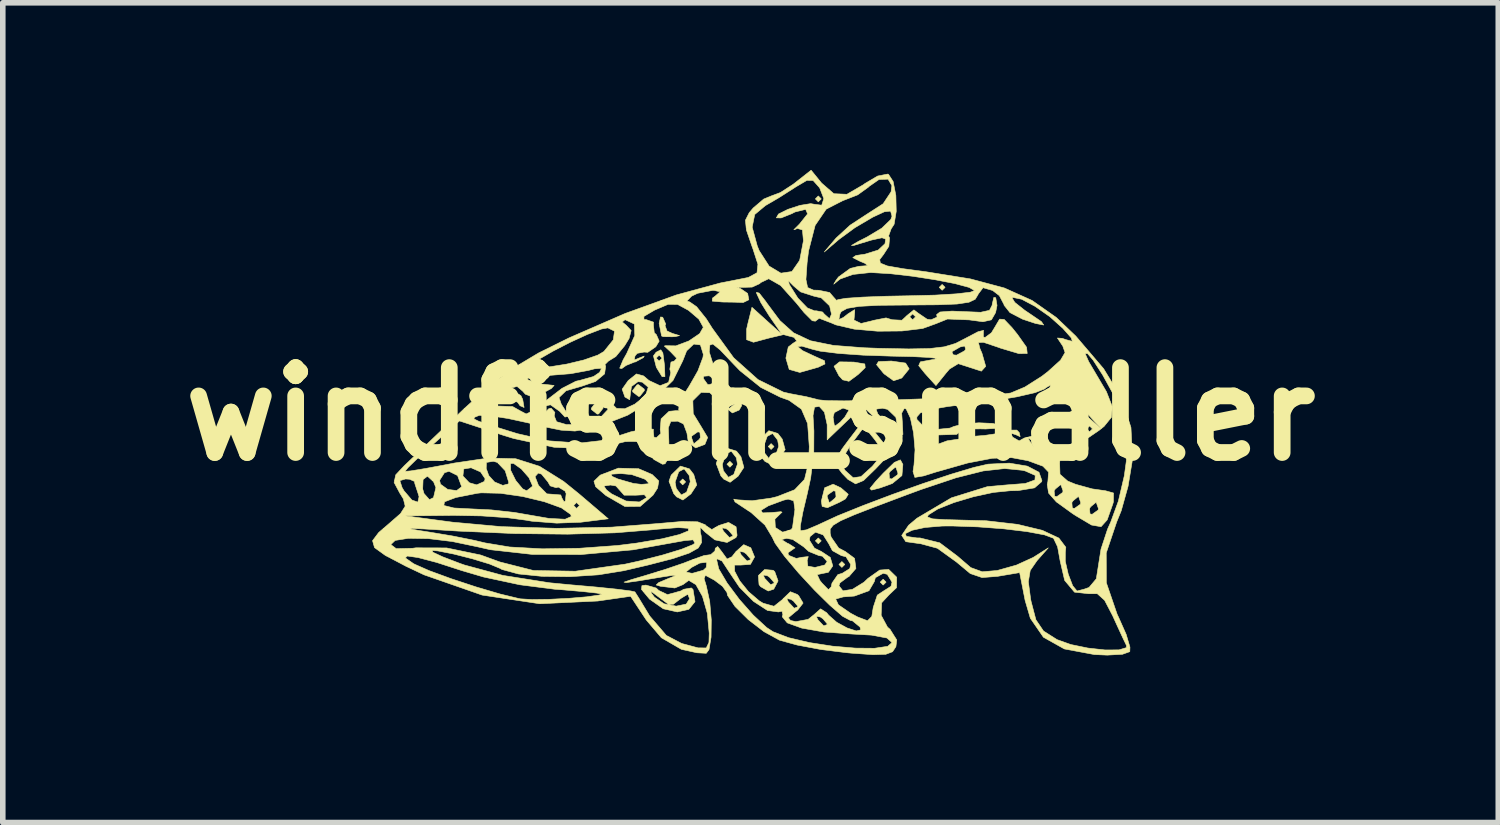
<source format=kicad_pcb>
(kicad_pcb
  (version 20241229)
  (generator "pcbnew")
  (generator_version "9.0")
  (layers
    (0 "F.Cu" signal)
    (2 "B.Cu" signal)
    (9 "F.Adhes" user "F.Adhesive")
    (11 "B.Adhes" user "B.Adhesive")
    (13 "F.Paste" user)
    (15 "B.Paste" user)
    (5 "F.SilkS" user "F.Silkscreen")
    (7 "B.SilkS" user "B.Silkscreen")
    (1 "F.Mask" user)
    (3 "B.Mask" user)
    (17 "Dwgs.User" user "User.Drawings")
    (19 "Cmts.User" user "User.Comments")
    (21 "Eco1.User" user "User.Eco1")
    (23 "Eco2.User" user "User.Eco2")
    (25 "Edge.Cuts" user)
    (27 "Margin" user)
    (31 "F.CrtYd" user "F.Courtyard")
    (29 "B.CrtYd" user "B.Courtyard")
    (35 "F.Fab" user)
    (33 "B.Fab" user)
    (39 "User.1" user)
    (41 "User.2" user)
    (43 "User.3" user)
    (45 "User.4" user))
  (footprint "windfisch_smaller"
    (layer "F.Cu")
    (at 10.421 4.383)
    (property "Reference" "windfisch_smaller" (at 0 0 0) (layer "F.SilkS") (effects (font (size 1.524 1.524) (thickness 0.3))))
    (attr through_hole)
    (fp_poly (pts (xy -1.164 1.217) (xy -1.217 1.27) (xy -1.27 1.217) (xy -1.217 1.164) (xy -1.164 1.217)) (stroke (width 0.01) (type solid)) (fill yes) (layer "F.SilkS"))
    (fp_poly (pts (xy -0.318 0.9) (xy -0.37 0.953) (xy -0.423 0.9) (xy -0.37 0.847) (xy -0.318 0.9)) (stroke (width 0.01) (type solid)) (fill yes) (layer "F.SilkS"))
    (fp_poly (pts (xy 0.423 0.582) (xy 0.37 0.635) (xy 0.318 0.582) (xy 0.37 0.529) (xy 0.423 0.582)) (stroke (width 0.01) (type solid)) (fill yes) (layer "F.SilkS"))
    (fp_poly (pts (xy 1.27 -3.863) (xy 1.217 -3.81) (xy 1.164 -3.863) (xy 1.217 -3.916) (xy 1.27 -3.863)) (stroke (width 0.01) (type solid)) (fill yes) (layer "F.SilkS"))
    (fp_poly (pts (xy 1.27 2.275) (xy 1.217 2.328) (xy 1.164 2.275) (xy 1.217 2.223) (xy 1.27 2.275)) (stroke (width 0.01) (type solid)) (fill yes) (layer "F.SilkS"))
    (fp_poly (pts (xy 1.693 2.699) (xy 1.64 2.752) (xy 1.587 2.699) (xy 1.64 2.646) (xy 1.693 2.699)) (stroke (width 0.01) (type solid)) (fill yes) (layer "F.SilkS"))
    (fp_poly (pts (xy 2.434 3.016) (xy 2.381 3.069) (xy 2.328 3.016) (xy 2.381 2.963) (xy 2.434 3.016)) (stroke (width 0.01) (type solid)) (fill yes) (layer "F.SilkS"))
    (fp_poly (pts (xy 3.281 0.476) (xy 3.228 0.529) (xy 3.175 0.476) (xy 3.228 0.423) (xy 3.281 0.476)) (stroke (width 0.01) (type solid)) (fill yes) (layer "F.SilkS"))
    (fp_poly (pts (xy 3.493 -2.275) (xy 3.44 -2.223) (xy 3.387 -2.275) (xy 3.44 -2.328) (xy 3.493 -2.275)) (stroke (width 0.01) (type solid)) (fill yes) (layer "F.SilkS"))
    (fp_poly (pts (xy -2.649 -0.131) (xy -2.646 -0.106) (xy -2.726 -0.003) (xy -2.752 0) (xy -2.854 -0.081) (xy -2.857 -0.106) (xy -2.777 -0.209) (xy -2.752 -0.212) (xy -2.649 -0.131)) (stroke (width 0.01) (type solid)) (fill yes) (layer "F.SilkS"))
    (fp_poly (pts (xy -1.908 -0.449) (xy -1.905 -0.423) (xy -1.986 -0.321) (xy -2.011 -0.318) (xy -2.114 -0.398) (xy -2.117 -0.423) (xy -2.036 -0.526) (xy -2.011 -0.529) (xy -1.908 -0.449)) (stroke (width 0.01) (type solid)) (fill yes) (layer "F.SilkS"))
    (fp_poly (pts (xy 1.855 -0.934) (xy 2.052 -0.9) (xy 2.059 -0.834) (xy 1.933 -0.712) (xy 1.767 -0.589) (xy 1.655 -0.615) (xy 1.588 -0.688) (xy 1.499 -0.859) (xy 1.598 -0.938) (xy 1.855 -0.934)) (stroke (width 0.01) (type solid)) (fill yes) (layer "F.SilkS"))
    (fp_poly (pts (xy -4.121 -0.331) (xy -4.089 -0.265) (xy -4.064 -0.119) (xy -4.136 -0.15) (xy -4.181 -0.213) (xy -4.314 -0.269) (xy -4.363 -0.25) (xy -4.427 -0.245) (xy -4.402 -0.301) (xy -4.256 -0.417) (xy -4.121 -0.331)) (stroke (width 0.01) (type solid)) (fill yes) (layer "F.SilkS"))
    (fp_poly (pts (xy 2.784 -0.916) (xy 2.848 -0.812) (xy 2.715 -0.648) (xy 2.569 -0.599) (xy 2.4 -0.721) (xy 2.381 -0.741) (xy 2.262 -0.887) (xy 2.297 -0.943) (xy 2.514 -0.952) (xy 2.524 -0.953) (xy 2.784 -0.916)) (stroke (width 0.01) (type solid)) (fill yes) (layer "F.SilkS"))
    (fp_poly (pts (xy -1.576 -1.739) (xy -1.522 -1.617) (xy -1.534 -1.588) (xy -1.498 -1.492) (xy -1.404 -1.449) (xy -1.273 -1.409) (xy -1.348 -1.392) (xy -1.402 -1.388) (xy -1.564 -1.39) (xy -1.596 -1.402) (xy -1.64 -1.629) (xy -1.615 -1.744) (xy -1.576 -1.739)) (stroke (width 0.01) (type solid)) (fill yes) (layer "F.SilkS"))
    (fp_poly (pts (xy -1.573 -1.099) (xy -1.546 -0.894) (xy -1.543 -0.873) (xy -1.536 -0.672) (xy -1.587 -0.672) (xy -1.69 -0.84) (xy -1.732 -1.005) (xy -1.693 -1.005) (xy -1.64 -0.953) (xy -1.587 -1.005) (xy -1.64 -1.058) (xy -1.693 -1.005) (xy -1.732 -1.005) (xy -1.742 -1.046) (xy -1.694 -1.111) (xy -1.61 -1.154) (xy -1.573 -1.099)) (stroke (width 0.01) (type solid)) (fill yes) (layer "F.SilkS"))
    (fp_poly (pts (xy 0.406 2.803) (xy 0.435 2.827) (xy 0.495 2.994) (xy 0.417 3.142) (xy 0.318 3.175) (xy 0.182 3.098) (xy 0.153 3.06) (xy 0.141 2.899) (xy 0.152 2.888) (xy 0.229 2.888) (xy 0.254 2.947) (xy 0.361 3.061) (xy 0.422 3.037) (xy 0.423 3.022) (xy 0.348 2.933) (xy 0.301 2.9) (xy 0.229 2.888) (xy 0.152 2.888) (xy 0.253 2.79) (xy 0.406 2.803)) (stroke (width 0.01) (type solid)) (fill yes) (layer "F.SilkS"))
    (fp_poly (pts (xy 5.699 -0.258) (xy 5.874 -0.106) (xy 6.294 0.262) (xy 6.255 0.293) (xy 6.054 0.43) (xy 5.976 0.438) (xy 5.977 0.34) (xy 5.959 0.265) (xy 6.032 0.265) (xy 6.085 0.318) (xy 6.138 0.265) (xy 6.085 0.212) (xy 6.032 0.265) (xy 5.959 0.265) (xy 5.931 0.149) (xy 5.779 -0.098) (xy 5.729 -0.159) (xy 5.588 -0.323) (xy 5.575 -0.358) (xy 5.699 -0.258)) (stroke (width 0.01) (type solid)) (fill yes) (layer "F.SilkS"))
    (fp_poly (pts (xy 1.623 1.324) (xy 1.755 1.439) (xy 1.706 1.521) (xy 1.603 1.579) (xy 1.381 1.68) (xy 1.286 1.657) (xy 1.272 1.561) (xy 1.291 1.482) (xy 1.376 1.482) (xy 1.412 1.585) (xy 1.423 1.587) (xy 1.513 1.513) (xy 1.535 1.482) (xy 1.526 1.384) (xy 1.488 1.376) (xy 1.38 1.453) (xy 1.376 1.482) (xy 1.291 1.482) (xy 1.331 1.322) (xy 1.483 1.258) (xy 1.623 1.324)) (stroke (width 0.01) (type solid)) (fill yes) (layer "F.SilkS"))
    (fp_poly (pts (xy -1.097 0.982) (xy -1.019 1.083) (xy -0.965 1.273) (xy -1.069 1.432) (xy -1.213 1.542) (xy -1.327 1.485) (xy -1.379 1.425) (xy -1.457 1.22) (xy -1.353 1.22) (xy -1.333 1.333) (xy -1.243 1.451) (xy -1.147 1.401) (xy -1.081 1.214) (xy -1.101 1.101) (xy -1.191 0.983) (xy -1.288 1.034) (xy -1.353 1.22) (xy -1.457 1.22) (xy -1.463 1.205) (xy -1.423 1.094) (xy -1.258 0.933) (xy -1.097 0.982)) (stroke (width 0.01) (type solid)) (fill yes) (layer "F.SilkS"))
    (fp_poly (pts (xy -0.251 0.665) (xy -0.172 0.765) (xy -0.119 0.956) (xy -0.223 1.115) (xy -0.366 1.224) (xy -0.48 1.167) (xy -0.532 1.108) (xy -0.61 0.902) (xy -0.506 0.902) (xy -0.487 1.016) (xy -0.396 1.134) (xy -0.3 1.083) (xy -0.234 0.897) (xy -0.254 0.783) (xy -0.345 0.665) (xy -0.441 0.716) (xy -0.506 0.902) (xy -0.61 0.902) (xy -0.616 0.888) (xy -0.576 0.777) (xy -0.411 0.615) (xy -0.251 0.665)) (stroke (width 0.01) (type solid)) (fill yes) (layer "F.SilkS"))
    (fp_poly (pts (xy 0.49 0.347) (xy 0.569 0.448) (xy 0.622 0.638) (xy 0.518 0.797) (xy 0.375 0.907) (xy 0.261 0.85) (xy 0.209 0.79) (xy 0.13 0.585) (xy 0.234 0.585) (xy 0.254 0.699) (xy 0.345 0.816) (xy 0.441 0.766) (xy 0.506 0.579) (xy 0.487 0.466) (xy 0.396 0.348) (xy 0.3 0.399) (xy 0.234 0.585) (xy 0.13 0.585) (xy 0.125 0.57) (xy 0.165 0.459) (xy 0.329 0.298) (xy 0.49 0.347)) (stroke (width 0.01) (type solid)) (fill yes) (layer "F.SilkS"))
    (fp_poly (pts (xy 2.735 0.903) (xy 2.718 1.103) (xy 2.546 1.245) (xy 2.328 1.324) (xy 2.172 1.364) (xy 2.143 1.335) (xy 2.249 1.205) (xy 2.381 1.063) (xy 2.386 1.058) (xy 2.487 1.058) (xy 2.495 1.156) (xy 2.534 1.164) (xy 2.642 1.087) (xy 2.646 1.058) (xy 2.61 0.955) (xy 2.599 0.953) (xy 2.509 1.027) (xy 2.487 1.058) (xy 2.386 1.058) (xy 2.583 0.866) (xy 2.69 0.821) (xy 2.735 0.903)) (stroke (width 0.01) (type solid)) (fill yes) (layer "F.SilkS"))
    (fp_poly (pts (xy 2.285 0.391) (xy 2.524 0.688) (xy 2.248 0.979) (xy 2.03 1.191) (xy 1.886 1.252) (xy 1.749 1.172) (xy 1.646 1.065) (xy 1.548 0.936) (xy 1.651 0.936) (xy 1.699 1.012) (xy 1.843 1.142) (xy 1.983 1.122) (xy 2.181 0.942) (xy 2.196 0.926) (xy 2.342 0.748) (xy 2.346 0.62) (xy 2.229 0.457) (xy 2.041 0.225) (xy 1.806 0.542) (xy 1.66 0.779) (xy 1.651 0.936) (xy 1.548 0.936) (xy 1.541 0.928) (xy 1.536 0.803) (xy 1.645 0.622) (xy 1.753 0.476) (xy 2.046 0.093) (xy 2.285 0.391)) (stroke (width 0.01) (type solid)) (fill yes) (layer "F.SilkS"))
    (fp_poly (pts (xy -1.692 3.122) (xy -1.646 3.166) (xy -1.49 3.24) (xy -1.25 3.174) (xy -1.198 3.144) (xy -1.062 3.12) (xy -1.032 3.147) (xy -0.996 3.366) (xy -1.107 3.504) (xy -1.314 3.551) (xy -1.566 3.494) (xy -1.809 3.323) (xy -1.815 3.317) (xy -1.93 3.179) (xy -1.787 3.179) (xy -1.779 3.214) (xy -1.724 3.286) (xy -1.553 3.404) (xy -1.335 3.447) (xy -1.154 3.41) (xy -1.094 3.314) (xy -1.125 3.232) (xy -1.251 3.309) (xy -1.384 3.413) (xy -1.476 3.412) (xy -1.63 3.297) (xy -1.651 3.281) (xy -1.787 3.179) (xy -1.93 3.179) (xy -1.957 3.147) (xy -1.949 3.078) (xy -1.877 3.069) (xy -1.692 3.122)) (stroke (width 0.01) (type solid)) (fill yes) (layer "F.SilkS"))
    (fp_poly (pts (xy -2.009 0.98) (xy -1.764 1.085) (xy -1.646 1.2) (xy -1.668 1.328) (xy -1.75 1.455) (xy -1.979 1.656) (xy -2.254 1.659) (xy -2.591 1.464) (xy -2.592 1.464) (xy -2.778 1.304) (xy -2.783 1.29) (xy -2.632 1.29) (xy -2.584 1.361) (xy -2.493 1.432) (xy -2.235 1.56) (xy -1.994 1.577) (xy -1.862 1.497) (xy -1.905 1.447) (xy -2.067 1.456) (xy -2.268 1.455) (xy -2.328 1.388) (xy -2.415 1.29) (xy -2.514 1.273) (xy -2.632 1.29) (xy -2.783 1.29) (xy -2.81 1.205) (xy -2.705 1.103) (xy -2.692 1.093) (xy -2.655 1.079) (xy -2.505 1.079) (xy -2.483 1.118) (xy -2.381 1.164) (xy -2.103 1.244) (xy -1.958 1.261) (xy -1.819 1.249) (xy -1.876 1.183) (xy -1.905 1.164) (xy -2.133 1.085) (xy -2.328 1.067) (xy -2.505 1.079) (xy -2.655 1.079) (xy -2.372 0.97) (xy -2.009 0.98)) (stroke (width 0.01) (type solid)) (fill yes) (layer "F.SilkS"))
    (fp_poly (pts (xy 0.156 -2.172) (xy 0.275 -2.02) (xy 0.294 -1.992) (xy 0.528 -1.678) (xy 0.773 -1.459) (xy 1.076 -1.317) (xy 1.482 -1.234) (xy 2.036 -1.191) (xy 2.301 -1.181) (xy 2.839 -1.17) (xy 3.215 -1.177) (xy 3.479 -1.208) (xy 3.681 -1.269) (xy 3.87 -1.366) (xy 3.871 -1.367) (xy 4.085 -1.479) (xy 4.184 -1.503) (xy 4.181 -1.482) (xy 4.179 -1.384) (xy 4.211 -1.376) (xy 4.325 -1.46) (xy 4.402 -1.588) (xy 4.471 -1.705) (xy 4.554 -1.699) (xy 4.695 -1.551) (xy 4.793 -1.429) (xy 4.955 -1.2) (xy 4.967 -1.088) (xy 4.817 -1.086) (xy 4.492 -1.183) (xy 4.428 -1.206) (xy 4.181 -1.289) (xy 4.091 -1.284) (xy 4.119 -1.174) (xy 4.154 -1.095) (xy 4.222 -0.857) (xy 4.144 -0.771) (xy 3.925 -0.842) (xy 3.92 -0.844) (xy 3.729 -0.905) (xy 3.573 -0.81) (xy 3.512 -0.739) (xy 3.329 -0.512) (xy 3.136 -0.725) (xy 3.019 -0.87) (xy 3.049 -0.938) (xy 3.256 -0.976) (xy 3.298 -0.981) (xy 3.345 -1) (xy 3.207 -1.017) (xy 2.912 -1.032) (xy 2.52 -1.041) (xy 2.023 -1.058) (xy 1.58 -1.089) (xy 1.339 -1.119) (xy 3.614 -1.119) (xy 3.639 -1.064) (xy 3.698 -1.058) (xy 3.841 -1.135) (xy 3.862 -1.163) (xy 3.845 -1.223) (xy 3.763 -1.205) (xy 3.614 -1.119) (xy 1.339 -1.119) (xy 1.25 -1.13) (xy 1.118 -1.162) (xy 0.922 -1.22) (xy 0.847 -1.212) (xy 0.933 -1.14) (xy 1.138 -1.044) (xy 1.329 -0.958) (xy 1.337 -0.9) (xy 1.217 -0.842) (xy 0.885 -0.748) (xy 0.695 -0.802) (xy 0.635 -1.005) (xy 0.678 -1.204) (xy 0.762 -1.27) (xy 0.83 -1.313) (xy 0.782 -1.377) (xy 0.591 -1.427) (xy 0.332 -1.365) (xy 0.053 -1.29) (xy -0.07 -1.336) (xy -0.07 -1.525) (xy -0.045 -1.634) (xy 0.026 -1.917) (xy 0.296 -1.673) (xy 0.567 -1.429) (xy 0.336 -1.763) (xy 0.187 -2) (xy 0.11 -2.166) (xy 0.107 -2.186) (xy 0.156 -2.172)) (stroke (width 0.01) (type solid)) (fill yes) (layer "F.SilkS"))
    (fp_poly (pts (xy 1.276 -4.147) (xy 1.496 -3.956) (xy 1.731 -3.946) (xy 2.027 -4.118) (xy 2.053 -4.138) (xy 2.283 -4.274) (xy 2.465 -4.309) (xy 2.476 -4.305) (xy 2.56 -4.176) (xy 2.609 -3.925) (xy 2.616 -3.64) (xy 2.578 -3.408) (xy 2.524 -3.324) (xy 2.479 -3.199) (xy 2.496 -3.161) (xy 2.483 -3.012) (xy 2.388 -2.865) (xy 2.319 -2.774) (xy 2.331 -2.71) (xy 2.455 -2.66) (xy 2.725 -2.612) (xy 3.172 -2.552) (xy 3.176 -2.551) (xy 3.947 -2.427) (xy 4.556 -2.264) (xy 5.054 -2.04) (xy 5.488 -1.735) (xy 5.839 -1.4) (xy 6.338 -0.815) (xy 6.663 -0.281) (xy 6.829 0.241) (xy 6.856 0.787) (xy 6.85 0.854) (xy 6.777 1.296) (xy 6.654 1.735) (xy 6.572 1.937) (xy 6.385 2.492) (xy 6.387 3.027) (xy 6.581 3.593) (xy 6.609 3.652) (xy 6.743 3.954) (xy 6.811 4.183) (xy 6.808 4.264) (xy 6.676 4.311) (xy 6.404 4.326) (xy 6.173 4.316) (xy 5.633 4.215) (xy 5.258 4.005) (xy 5.023 3.664) (xy 4.929 3.344) (xy 4.831 2.845) (xy 4.434 2.912) (xy 4.156 2.934) (xy 3.945 2.862) (xy 3.702 2.659) (xy 3.696 2.654) (xy 3.355 2.408) (xy 3.06 2.328) (xy 2.788 2.29) (xy 2.714 2.177) (xy 2.736 2.145) (xy 2.779 2.145) (xy 2.797 2.195) (xy 2.985 2.222) (xy 3.044 2.223) (xy 3.396 2.31) (xy 3.714 2.549) (xy 3.954 2.755) (xy 4.16 2.83) (xy 4.427 2.807) (xy 4.432 2.806) (xy 4.773 2.71) (xy 5.071 2.574) (xy 5.08 2.569) (xy 5.345 2.401) (xy 5.142 2.631) (xy 5.021 2.806) (xy 4.987 3.008) (xy 5.028 3.32) (xy 5.036 3.361) (xy 5.123 3.692) (xy 5.259 3.893) (xy 5.498 4.045) (xy 5.503 4.048) (xy 5.75 4.136) (xy 6.056 4.199) (xy 6.363 4.233) (xy 6.613 4.232) (xy 6.746 4.192) (xy 6.749 4.154) (xy 6.683 4.017) (xy 6.565 3.761) (xy 6.502 3.622) (xy 6.356 3.342) (xy 6.225 3.224) (xy 6.071 3.224) (xy 5.816 3.196) (xy 5.639 2.985) (xy 5.559 2.641) (xy 5.512 2.382) (xy 5.439 2.228) (xy 5.279 2.168) (xy 4.962 2.109) (xy 4.544 2.059) (xy 4.08 2.024) (xy 3.626 2.008) (xy 3.44 2.009) (xy 3.131 2.035) (xy 2.901 2.085) (xy 2.779 2.145) (xy 2.736 2.145) (xy 2.838 1.995) (xy 2.988 1.869) (xy 3.606 1.503) (xy 4.251 1.302) (xy 4.61 1.27) (xy 4.932 1.245) (xy 5.105 1.182) (xy 5.111 1.1) (xy 4.93 1.02) (xy 4.878 1.008) (xy 4.562 0.977) (xy 4.178 1.02) (xy 3.689 1.143) (xy 3.06 1.354) (xy 2.805 1.448) (xy 2.25 1.657) (xy 1.864 1.807) (xy 1.618 1.914) (xy 1.483 1.995) (xy 1.43 2.064) (xy 1.43 2.139) (xy 1.447 2.207) (xy 1.583 2.404) (xy 1.703 2.467) (xy 1.868 2.589) (xy 1.892 2.771) (xy 1.766 2.917) (xy 1.746 2.925) (xy 1.606 3.029) (xy 1.587 3.08) (xy 1.659 3.172) (xy 1.83 3.145) (xy 2.037 3.017) (xy 2.107 2.95) (xy 2.32 2.799) (xy 2.481 2.788) (xy 2.624 2.928) (xy 2.621 3.116) (xy 2.487 3.243) (xy 2.354 3.387) (xy 2.345 3.611) (xy 2.459 3.823) (xy 2.504 3.862) (xy 2.625 4.054) (xy 2.61 4.174) (xy 2.55 4.265) (xy 2.429 4.311) (xy 2.2 4.318) (xy 1.815 4.291) (xy 1.72 4.282) (xy 1.263 4.225) (xy 0.837 4.145) (xy 0.528 4.06) (xy 0.514 4.054) (xy 0.242 3.905) (xy -0.041 3.687) (xy -0.278 3.452) (xy -0.412 3.254) (xy -0.423 3.201) (xy -0.503 3.09) (xy -0.65 2.979) (xy -0.81 2.893) (xy -0.833 2.954) (xy -0.793 3.085) (xy -0.732 3.365) (xy -0.704 3.694) (xy -0.708 4.005) (xy -0.745 4.227) (xy -0.794 4.293) (xy -0.961 4.284) (xy -1.223 4.226) (xy -1.244 4.22) (xy -1.6 4.014) (xy -1.87 3.696) (xy -2.152 3.27) (xy -2.743 3.355) (xy -3.784 3.404) (xy -4.818 3.248) (xy -5.859 2.885) (xy -6.184 2.731) (xy -6.469 2.581) (xy -6.196 2.581) (xy -6.052 2.682) (xy -6.03 2.694) (xy -5.767 2.81) (xy -5.374 2.954) (xy -4.925 3.102) (xy -4.495 3.229) (xy -4.159 3.31) (xy -4.128 3.316) (xy -3.921 3.328) (xy -3.606 3.324) (xy -3.254 3.306) (xy -2.935 3.279) (xy -2.719 3.248) (xy -2.67 3.231) (xy -2.754 3.213) (xy -3.002 3.186) (xy -3.368 3.154) (xy -3.517 3.143) (xy -4.142 3.063) (xy -4.794 2.923) (xy -5.178 2.81) (xy -5.632 2.663) (xy -5.966 2.575) (xy -6.16 2.547) (xy -6.196 2.581) (xy -6.469 2.581) (xy -6.554 2.537) (xy -6.749 2.396) (xy -6.764 2.342) (xy -6.456 2.342) (xy -6.359 2.415) (xy -6.066 2.408) (xy -6.006 2.4) (xy -5.455 2.402) (xy -4.843 2.529) (xy -4.498 2.654) (xy -3.896 2.807) (xy -3.144 2.82) (xy -2.25 2.693) (xy -1.998 2.637) (xy -1.577 2.529) (xy -1.239 2.426) (xy -1.034 2.343) (xy -0.997 2.315) (xy -1.031 2.257) (xy -1.182 2.27) (xy -2.108 2.436) (xy -3.037 2.52) (xy -3.91 2.519) (xy -4.669 2.434) (xy -4.904 2.381) (xy -5.353 2.287) (xy -5.78 2.235) (xy -6.137 2.229) (xy -6.378 2.267) (xy -6.456 2.342) (xy -6.764 2.342) (xy -6.784 2.272) (xy -6.675 2.127) (xy -6.599 2.061) (xy -6.103 2.061) (xy -5.944 2.09) (xy -5.768 2.117) (xy -5.35 2.187) (xy -4.956 2.266) (xy -4.763 2.312) (xy -4.323 2.385) (xy -3.738 2.418) (xy -3.071 2.408) (xy -2.385 2.358) (xy -2.042 2.315) (xy -1.588 2.238) (xy -1.274 2.161) (xy -1.113 2.095) (xy -1.116 2.05) (xy -1.296 2.037) (xy -1.667 2.066) (xy -1.746 2.075) (xy -2.435 2.131) (xy -3.281 2.155) (xy -4.233 2.144) (xy -5.239 2.1) (xy -5.45 2.087) (xy -5.866 2.061) (xy -6.08 2.052) (xy -6.103 2.061) (xy -6.599 2.061) (xy -6.508 1.983) (xy -6.282 1.786) (xy -6.198 1.653) (xy -6.201 1.64) (xy -5.505 1.64) (xy -5.323 1.685) (xy -5.08 1.698) (xy -4.654 1.719) (xy -4.236 1.765) (xy -4.075 1.793) (xy -3.618 1.872) (xy -3.327 1.887) (xy -3.217 1.838) (xy -3.227 1.801) (xy -3.392 1.684) (xy -3.512 1.64) (xy -3.175 1.64) (xy -3.122 1.693) (xy -3.069 1.64) (xy -3.122 1.587) (xy -3.175 1.64) (xy -3.512 1.64) (xy -3.702 1.572) (xy -4.089 1.479) (xy -4.489 1.421) (xy -4.832 1.413) (xy -4.905 1.421) (xy -5.289 1.497) (xy -5.492 1.574) (xy -5.505 1.64) (xy -6.201 1.64) (xy -6.231 1.521) (xy -6.296 1.416) (xy -6.397 1.227) (xy -6.39 1.194) (xy -6.294 1.194) (xy -6.254 1.318) (xy -6.22 1.376) (xy -6.078 1.542) (xy -5.971 1.58) (xy -5.949 1.482) (xy -5.968 1.42) (xy -5.993 1.344) (xy -5.884 1.344) (xy -5.86 1.426) (xy -5.763 1.535) (xy -5.69 1.499) (xy -5.647 1.319) (xy -5.689 1.214) (xy -5.716 1.189) (xy -5.581 1.189) (xy -5.564 1.258) (xy -5.434 1.352) (xy -5.274 1.372) (xy -5.188 1.307) (xy -5.187 1.296) (xy -5.255 1.111) (xy -5.162 1.111) (xy -5.047 1.232) (xy -4.915 1.27) (xy -4.778 1.209) (xy -4.763 1.161) (xy -4.845 1.038) (xy -4.988 0.975) (xy -4.744 0.975) (xy -4.698 1.103) (xy -4.594 1.218) (xy -4.446 1.279) (xy -4.346 1.253) (xy -4.339 1.226) (xy -4.403 1.016) (xy -4.527 0.885) (xy -4.307 0.885) (xy -4.305 1.008) (xy -4.214 1.191) (xy -4.09 1.341) (xy -4.018 1.376) (xy -3.918 1.299) (xy -3.916 1.278) (xy -3.977 1.14) (xy -3.993 1.122) (xy -3.867 1.122) (xy -3.806 1.278) (xy -3.656 1.431) (xy -3.537 1.44) (xy -3.406 1.451) (xy -3.387 1.503) (xy -3.347 1.574) (xy -3.323 1.559) (xy -3.309 1.426) (xy -3.33 1.381) (xy -3.45 1.309) (xy -3.489 1.321) (xy -3.595 1.288) (xy -3.637 1.216) (xy -3.751 1.077) (xy -3.81 1.058) (xy -3.867 1.122) (xy -3.993 1.122) (xy -4.113 0.985) (xy -4.251 0.886) (xy -4.307 0.885) (xy -4.527 0.885) (xy -4.545 0.867) (xy -4.615 0.847) (xy -4.74 0.867) (xy -4.744 0.975) (xy -4.988 0.975) (xy -5.015 0.963) (xy -5.148 0.985) (xy -5.162 1.111) (xy -5.255 1.111) (xy -5.258 1.103) (xy -5.411 1.027) (xy -5.493 1.052) (xy -5.581 1.189) (xy -5.716 1.189) (xy -5.798 1.114) (xy -5.877 1.174) (xy -5.884 1.344) (xy -5.993 1.344) (xy -6.024 1.251) (xy -6.032 1.208) (xy -6.119 1.169) (xy -6.192 1.164) (xy -6.294 1.194) (xy -6.39 1.194) (xy -6.368 1.09) (xy -6.31 1.028) (xy -6.201 1.028) (xy -6.096 1.019) (xy -5.834 0.976) (xy -5.462 0.907) (xy -5.313 0.878) (xy -4.701 0.788) (xy -4.214 0.801) (xy -3.788 0.936) (xy -3.354 1.208) (xy -3.076 1.433) (xy -2.553 1.879) (xy -3.049 1.941) (xy -3.479 1.957) (xy -3.926 1.922) (xy -4.022 1.905) (xy -4.367 1.859) (xy -4.828 1.827) (xy -5.31 1.818) (xy -5.345 1.818) (xy -6.191 1.827) (xy -5.345 1.94) (xy -4.467 2.02) (xy -3.483 2.05) (xy -2.493 2.029) (xy -1.682 1.966) (xy -1.227 1.927) (xy -0.948 1.933) (xy -0.812 1.986) (xy -0.799 2.002) (xy -0.695 2.072) (xy -0.641 2.041) (xy -0.512 2.041) (xy -0.486 2.1) (xy -0.38 2.214) (xy -0.319 2.191) (xy -0.318 2.176) (xy -0.393 2.086) (xy -0.44 2.054) (xy -0.512 2.041) (xy -0.641 2.041) (xy -0.568 1.999) (xy -0.394 1.944) (xy -0.259 2.022) (xy -0.241 2.177) (xy -0.261 2.216) (xy -0.42 2.304) (xy -0.64 2.257) (xy -0.815 2.117) (xy -0.903 2.027) (xy -0.901 2.117) (xy -0.885 2.185) (xy -0.877 2.304) (xy -0.939 2.404) (xy -1.101 2.495) (xy -1.391 2.593) (xy -1.839 2.709) (xy -2.275 2.811) (xy -2.732 2.885) (xy -3.241 2.918) (xy -3.74 2.912) (xy -4.167 2.869) (xy -4.46 2.789) (xy -4.498 2.768) (xy -4.683 2.691) (xy -4.988 2.598) (xy -5.326 2.512) (xy -5.609 2.456) (xy -5.715 2.447) (xy -5.702 2.479) (xy -5.524 2.562) (xy -5.218 2.679) (xy -5.133 2.709) (xy -4.445 2.895) (xy -3.61 3.027) (xy -3.247 3.062) (xy -2.78 3.103) (xy -2.4 3.142) (xy -2.151 3.174) (xy -2.075 3.191) (xy -2.008 3.296) (xy -1.874 3.517) (xy -1.809 3.624) (xy -1.51 3.973) (xy -1.235 4.117) (xy -0.94 4.196) (xy -0.794 4.197) (xy -0.746 4.098) (xy -0.741 3.932) (xy -0.775 3.575) (xy -0.862 3.271) (xy -0.98 3.061) (xy -1.108 2.984) (xy -1.211 3.06) (xy -1.359 3.121) (xy -1.617 3.09) (xy -1.693 3.067) (xy -1.648 3.024) (xy -1.482 2.954) (xy -1.346 2.9) (xy -1.397 2.894) (xy -1.587 2.923) (xy -2.008 2.993) (xy -2.232 3.024) (xy -2.27 3.016) (xy -2.133 2.969) (xy -1.905 2.902) (xy -1.683 2.834) (xy -1.158 2.834) (xy -1.062 2.856) (xy -1.038 2.856) (xy -0.847 2.802) (xy -0.794 2.752) (xy -0.785 2.658) (xy -0.911 2.674) (xy -1.058 2.752) (xy -1.158 2.834) (xy -1.683 2.834) (xy -1.53 2.787) (xy -1.199 2.674) (xy -1.058 2.619) (xy -1.05 2.616) (xy -0.607 2.616) (xy -0.57 2.777) (xy -0.42 3.031) (xy -0.2 3.326) (xy 0.051 3.61) (xy 0.29 3.831) (xy 0.404 3.906) (xy 0.684 4.013) (xy 1.058 4.101) (xy 1.473 4.165) (xy 1.88 4.2) (xy 2.227 4.203) (xy 2.463 4.168) (xy 2.54 4.101) (xy 2.45 4.019) (xy 2.171 3.967) (xy 1.818 3.947) (xy 1.317 3.911) (xy 0.92 3.841) (xy 0.66 3.747) (xy 0.569 3.637) (xy 0.581 3.6) (xy 0.566 3.537) (xy 0.501 3.551) (xy 0.306 3.525) (xy 0.055 3.362) (xy -0.198 3.108) (xy -0.39 2.822) (xy -0.511 2.637) (xy -0.596 2.598) (xy -0.607 2.616) (xy -1.05 2.616) (xy -0.835 2.539) (xy -0.714 2.522) (xy -0.639 2.457) (xy -0.632 2.408) (xy -0.589 2.376) (xy -0.517 2.468) (xy -0.421 2.601) (xy -0.334 2.561) (xy -0.262 2.468) (xy -0.258 2.465) (xy -0.195 2.465) (xy -0.169 2.524) (xy -0.062 2.637) (xy -0.001 2.614) (xy 0 2.599) (xy -0.075 2.51) (xy -0.122 2.477) (xy -0.195 2.465) (xy -0.258 2.465) (xy -0.122 2.343) (xy 0.005 2.398) (xy 0.073 2.564) (xy -0.001 2.697) (xy -0.169 2.709) (xy -0.169 2.709) (xy -0.286 2.709) (xy -0.285 2.819) (xy -0.193 2.993) (xy -0.037 3.186) (xy 0.157 3.352) (xy 0.226 3.394) (xy 0.422 3.449) (xy 0.575 3.327) (xy 0.584 3.316) (xy 0.588 3.311) (xy 0.652 3.311) (xy 0.678 3.37) (xy 0.784 3.484) (xy 0.846 3.461) (xy 0.847 3.446) (xy 0.771 3.356) (xy 0.724 3.324) (xy 0.652 3.311) (xy 0.588 3.311) (xy 0.716 3.188) (xy 0.84 3.237) (xy 0.866 3.261) (xy 0.944 3.392) (xy 0.847 3.517) (xy 0.813 3.543) (xy 0.679 3.655) (xy 0.718 3.704) (xy 0.813 3.725) (xy 1.035 3.684) (xy 1.104 3.629) (xy 1.181 3.629) (xy 1.207 3.688) (xy 1.314 3.801) (xy 1.375 3.778) (xy 1.376 3.763) (xy 1.301 3.674) (xy 1.254 3.641) (xy 1.181 3.629) (xy 1.104 3.629) (xy 1.138 3.602) (xy 1.258 3.495) (xy 1.367 3.565) (xy 1.403 3.609) (xy 1.547 3.736) (xy 1.733 3.838) (xy 1.898 3.892) (xy 1.98 3.873) (xy 1.965 3.821) (xy 1.831 3.711) (xy 1.793 3.704) (xy 1.653 3.629) (xy 1.424 3.431) (xy 1.31 3.319) (xy 1.529 3.319) (xy 1.578 3.423) (xy 1.797 3.574) (xy 1.923 3.641) (xy 2.101 3.709) (xy 2.177 3.632) (xy 2.203 3.47) (xy 2.276 3.249) (xy 2.388 3.175) (xy 2.522 3.09) (xy 2.54 3.016) (xy 2.455 2.876) (xy 2.381 2.857) (xy 2.241 2.936) (xy 2.223 3.005) (xy 2.126 3.171) (xy 1.865 3.266) (xy 1.664 3.281) (xy 1.529 3.319) (xy 1.31 3.319) (xy 1.146 3.157) (xy 0.862 2.85) (xy 0.613 2.555) (xy 0.441 2.316) (xy 0.411 2.252) (xy 0.557 2.252) (xy 0.659 2.316) (xy 0.688 2.328) (xy 0.8 2.4) (xy 0.761 2.427) (xy 0.672 2.49) (xy 0.685 2.535) (xy 0.822 2.59) (xy 0.92 2.57) (xy 1.037 2.557) (xy 1.017 2.628) (xy 1.029 2.729) (xy 1.158 2.752) (xy 1.333 2.708) (xy 1.376 2.646) (xy 1.291 2.55) (xy 1.23 2.54) (xy 1.045 2.465) (xy 0.953 2.381) (xy 0.778 2.263) (xy 1.058 2.263) (xy 1.147 2.405) (xy 1.27 2.465) (xy 1.432 2.572) (xy 1.477 2.725) (xy 1.397 2.84) (xy 1.31 2.857) (xy 1.197 2.881) (xy 1.245 2.985) (xy 1.283 3.033) (xy 1.399 3.152) (xy 1.448 3.101) (xy 1.463 3.033) (xy 1.568 2.881) (xy 1.648 2.857) (xy 1.782 2.773) (xy 1.799 2.699) (xy 1.714 2.561) (xy 1.631 2.54) (xy 1.47 2.451) (xy 1.406 2.328) (xy 1.305 2.168) (xy 1.166 2.119) (xy 1.068 2.199) (xy 1.058 2.263) (xy 0.778 2.263) (xy 0.759 2.25) (xy 0.648 2.23) (xy 0.557 2.252) (xy 0.411 2.252) (xy 0.389 2.208) (xy 0.259 1.991) (xy 0.011 1.767) (xy -0.048 1.728) (xy 0.188 1.728) (xy 0.217 1.773) (xy 0.37 1.767) (xy 0.55 1.751) (xy 0.566 1.767) (xy 0.556 1.77) (xy 0.438 1.885) (xy 0.446 2.035) (xy 0.571 2.116) (xy 0.582 2.117) (xy 0.661 2.094) (xy 0.894 2.094) (xy 1.004 2.077) (xy 1.218 1.986) (xy 1.234 1.978) (xy 1.565 1.825) (xy 2.021 1.641) (xy 2.547 1.442) (xy 3.089 1.249) (xy 3.594 1.081) (xy 4.008 0.957) (xy 4.263 0.898) (xy 4.646 0.88) (xy 4.967 0.933) (xy 5.178 1.043) (xy 5.231 1.194) (xy 5.225 1.214) (xy 5.098 1.324) (xy 4.808 1.372) (xy 4.654 1.376) (xy 4.357 1.406) (xy 4.003 1.483) (xy 3.651 1.588) (xy 3.362 1.703) (xy 3.194 1.808) (xy 3.175 1.846) (xy 3.269 1.88) (xy 3.501 1.895) (xy 3.572 1.896) (xy 4.23 1.914) (xy 4.794 1.979) (xy 5.238 2.086) (xy 5.535 2.225) (xy 5.66 2.39) (xy 5.651 2.479) (xy 5.65 2.641) (xy 5.703 2.872) (xy 5.783 3.081) (xy 5.861 3.175) (xy 5.862 3.175) (xy 5.989 3.142) (xy 6.077 3.111) (xy 6.207 2.956) (xy 6.244 2.721) (xy 6.291 2.424) (xy 6.409 2.065) (xy 6.466 1.937) (xy 6.603 1.562) (xy 6.71 1.105) (xy 6.745 0.849) (xy 6.764 0.451) (xy 6.72 0.141) (xy 6.592 -0.191) (xy 6.505 -0.369) (xy 6.321 -0.703) (xy 6.15 -0.969) (xy 6.049 -1.087) (xy 6.007 -1.086) (xy 6.07 -0.943) (xy 6.158 -0.794) (xy 6.388 -0.404) (xy 6.494 -0.135) (xy 6.478 0.058) (xy 6.346 0.221) (xy 6.294 0.262) (xy 5.935 -0.13) (xy 5.705 -0.36) (xy 5.554 -0.445) (xy 5.432 -0.41) (xy 5.412 -0.395) (xy 5.302 -0.319) (xy 5.329 -0.396) (xy 5.345 -0.423) (xy 5.392 -0.526) (xy 5.306 -0.475) (xy 5.277 -0.451) (xy 5.107 -0.385) (xy 4.78 -0.31) (xy 4.349 -0.238) (xy 4.034 -0.198) (xy 3.539 -0.136) (xy 3.221 -0.08) (xy 3.048 -0.021) (xy 2.986 0.05) (xy 2.986 0.095) (xy 3.103 0.218) (xy 3.332 0.276) (xy 3.581 0.251) (xy 3.651 0.221) (xy 3.835 0.175) (xy 4.099 0.156) (xy 4.349 0.167) (xy 4.494 0.207) (xy 4.499 0.214) (xy 4.435 0.254) (xy 4.221 0.267) (xy 4.128 0.265) (xy 3.878 0.268) (xy 3.758 0.301) (xy 3.757 0.318) (xy 3.701 0.364) (xy 3.515 0.37) (xy 3.21 0.379) (xy 3.103 0.461) (xy 3.128 0.538) (xy 3.255 0.583) (xy 3.315 0.559) (xy 3.528 0.48) (xy 3.625 0.465) (xy 3.812 0.438) (xy 3.863 0.423) (xy 3.997 0.399) (xy 4.207 0.382) (xy 4.469 0.343) (xy 4.623 0.288) (xy 4.779 0.286) (xy 4.824 0.332) (xy 4.84 0.405) (xy 4.763 0.37) (xy 4.674 0.342) (xy 4.703 0.412) (xy 4.822 0.481) (xy 4.915 0.429) (xy 4.934 0.424) (xy 4.981 0.424) (xy 5.007 0.479) (xy 5.066 0.556) (xy 5.221 0.72) (xy 5.29 0.719) (xy 5.292 0.701) (xy 5.219 0.613) (xy 5.106 0.516) (xy 4.981 0.424) (xy 4.934 0.424) (xy 5.065 0.393) (xy 5.237 0.527) (xy 5.404 0.664) (xy 5.511 0.683) (xy 5.559 0.729) (xy 5.549 0.887) (xy 5.555 1.08) (xy 5.694 1.202) (xy 5.836 1.26) (xy 6.133 1.342) (xy 6.373 1.376) (xy 6.516 1.416) (xy 6.514 1.575) (xy 6.503 1.614) (xy 6.402 1.899) (xy 6.292 2.021) (xy 6.121 1.991) (xy 5.838 1.823) (xy 5.781 1.786) (xy 5.506 1.587) (xy 5.768 1.587) (xy 5.776 1.685) (xy 5.815 1.693) (xy 6.085 1.693) (xy 6.094 1.791) (xy 6.132 1.799) (xy 6.24 1.722) (xy 6.244 1.693) (xy 6.208 1.59) (xy 6.197 1.587) (xy 6.107 1.662) (xy 6.085 1.693) (xy 5.815 1.693) (xy 5.922 1.617) (xy 5.927 1.587) (xy 5.891 1.484) (xy 5.88 1.482) (xy 5.79 1.556) (xy 5.768 1.587) (xy 5.506 1.587) (xy 5.49 1.576) (xy 5.351 1.418) (xy 5.344 1.376) (xy 5.45 1.376) (xy 5.459 1.473) (xy 5.497 1.482) (xy 5.605 1.405) (xy 5.609 1.376) (xy 5.573 1.273) (xy 5.562 1.27) (xy 5.472 1.344) (xy 5.45 1.376) (xy 5.344 1.376) (xy 5.326 1.265) (xy 5.338 1.207) (xy 5.35 1.041) (xy 5.249 0.935) (xy 4.989 0.839) (xy 4.979 0.836) (xy 4.684 0.781) (xy 4.339 0.793) (xy 3.901 0.877) (xy 3.327 1.04) (xy 3.109 1.109) (xy 2.95 1.136) (xy 2.917 1.031) (xy 2.935 0.91) (xy 2.953 0.643) (xy 2.927 0.338) (xy 2.87 0.07) (xy 2.795 -0.089) (xy 2.762 -0.106) (xy 2.714 -0.018) (xy 2.726 0.159) (xy 2.736 0.365) (xy 2.648 0.403) (xy 2.452 0.27) (xy 2.308 0.139) (xy 2.069 -0.089) (xy 2.254 -0.089) (xy 2.284 -0.006) (xy 2.382 0.106) (xy 2.557 0.254) (xy 2.641 0.235) (xy 2.609 0.057) (xy 2.462 -0.085) (xy 2.368 -0.106) (xy 2.254 -0.089) (xy 2.069 -0.089) (xy 2.011 -0.145) (xy 1.376 0.463) (xy 1.376 0.19) (xy 1.346 0.053) (xy 1.482 0.053) (xy 1.503 0.194) (xy 1.522 0.212) (xy 1.613 0.142) (xy 1.693 0.053) (xy 1.767 -0.072) (xy 1.67 -0.106) (xy 1.653 -0.106) (xy 1.505 -0.027) (xy 1.482 0.053) (xy 1.346 0.053) (xy 1.327 -0.035) (xy 1.234 -0.138) (xy 1.149 -0.125) (xy 1.122 0.027) (xy 1.138 0.301) (xy 1.136 0.687) (xy 1.08 1.147) (xy 1.02 1.424) (xy 0.94 1.76) (xy 0.895 2.004) (xy 0.894 2.094) (xy 0.661 2.094) (xy 0.731 2.073) (xy 0.754 2.037) (xy 0.797 1.714) (xy 0.775 1.556) (xy 0.675 1.526) (xy 0.594 1.545) (xy 0.321 1.646) (xy 0.188 1.728) (xy -0.048 1.728) (xy -0.076 1.71) (xy -0.278 1.576) (xy -0.301 1.526) (xy -0.227 1.539) (xy 0.03 1.555) (xy 0.368 1.508) (xy 0.478 1.481) (xy 0.792 1.358) (xy 0.969 1.172) (xy 1.044 0.869) (xy 1.055 0.582) (xy 1.025 0.17) (xy 0.914 -0.089) (xy 0.691 -0.248) (xy 0.534 -0.304) (xy 0.185 -0.479) (xy -0.19 -0.78) (xy -0.304 -0.898) (xy -0.543 -1.15) (xy -0.675 -1.258) (xy -0.73 -1.239) (xy -0.741 -1.117) (xy -0.666 -0.878) (xy -0.474 -0.601) (xy -0.409 -0.531) (xy -0.207 -0.302) (xy -0.157 -0.154) (xy -0.203 -0.073) (xy -0.325 -0.021) (xy -0.469 -0.136) (xy -0.521 -0.202) (xy -0.533 -0.212) (xy -0.423 -0.212) (xy -0.387 -0.109) (xy -0.377 -0.106) (xy -0.286 -0.18) (xy -0.265 -0.212) (xy -0.273 -0.309) (xy -0.311 -0.318) (xy -0.419 -0.241) (xy -0.423 -0.212) (xy -0.533 -0.212) (xy -0.732 -0.384) (xy -0.886 -0.39) (xy -1.035 -0.242) (xy -1.028 -0.009) (xy -0.881 0.232) (xy -0.769 0.42) (xy -0.819 0.544) (xy -0.985 0.606) (xy -1.116 0.51) (xy -1.128 0.423) (xy -1.058 0.423) (xy -1.022 0.526) (xy -1.012 0.529) (xy -0.921 0.455) (xy -0.9 0.423) (xy -0.908 0.326) (xy -0.946 0.318) (xy -1.054 0.394) (xy -1.058 0.423) (xy -1.128 0.423) (xy -1.141 0.34) (xy -1.202 0.177) (xy -1.306 0.127) (xy -1.43 0.131) (xy -1.475 0.246) (xy -1.465 0.493) (xy -1.464 0.776) (xy -1.534 0.892) (xy -1.579 0.9) (xy -1.736 0.813) (xy -1.772 0.741) (xy -1.787 0.641) (xy -1.715 0.726) (xy -1.598 0.803) (xy -1.549 0.764) (xy -1.568 0.646) (xy -1.734 0.548) (xy -1.981 0.491) (xy -2.245 0.493) (xy -2.369 0.524) (xy -2.884 0.625) (xy -3.525 0.595) (xy -4.253 0.437) (xy -4.441 0.379) (xy -5.224 0.122) (xy -5.722 0.564) (xy -5.977 0.795) (xy -6.15 0.963) (xy -6.201 1.028) (xy -6.31 1.028) (xy -6.213 0.925) (xy -6.031 0.752) (xy -5.742 0.476) (xy -5.392 0.142) (xy -5.332 0.086) (xy -4.964 0.086) (xy -4.877 0.129) (xy -4.66 0.203) (xy -4.281 0.321) (xy -4.18 0.352) (xy -3.615 0.48) (xy -3.067 0.52) (xy -2.613 0.468) (xy -2.52 0.439) (xy -2.149 0.318) (xy -1.877 0.26) (xy -1.743 0.271) (xy -1.744 0.313) (xy -1.733 0.414) (xy -1.688 0.423) (xy -1.609 0.348) (xy -1.621 0.277) (xy -1.605 0.085) (xy -1.462 -0.05) (xy -1.336 -0.062) (xy -1.27 -0.062) (xy -1.289 -0.077) (xy -1.28 -0.18) (xy -1.172 -0.391) (xy -1.104 -0.497) (xy -1.021 -0.641) (xy -0.847 -0.641) (xy -0.77 -0.533) (xy -0.741 -0.529) (xy -0.638 -0.565) (xy -0.635 -0.576) (xy -0.709 -0.666) (xy -0.741 -0.688) (xy -0.838 -0.68) (xy -0.847 -0.641) (xy -1.021 -0.641) (xy -0.943 -0.779) (xy -0.853 -1.02) (xy -0.847 -1.073) (xy -0.899 -1.242) (xy -1.018 -1.257) (xy -1.146 -1.136) (xy -1.216 -0.957) (xy -1.391 -0.604) (xy -1.735 -0.267) (xy -2.204 0.019) (xy -2.592 0.172) (xy -2.908 0.265) (xy -3.151 0.304) (xy -3.401 0.288) (xy -3.739 0.219) (xy -3.957 0.165) (xy -4.351 0.079) (xy -4.646 0.033) (xy -3.802 0.033) (xy -3.776 0.096) (xy -3.74 0.026) (xy -3.622 -0.096) (xy -3.578 -0.106) (xy -3.511 -0.03) (xy -3.523 0.032) (xy -3.481 0.136) (xy -3.303 0.188) (xy -3.056 0.185) (xy -2.811 0.125) (xy -2.695 0.062) (xy -2.559 -0.083) (xy -2.604 -0.211) (xy -2.61 -0.216) (xy -2.779 -0.287) (xy -2.907 -0.203) (xy -2.912 -0.017) (xy -2.911 -0.016) (xy -2.884 0.097) (xy -2.97 0.034) (xy -2.979 0.026) (xy -3.051 -0.107) (xy -2.958 -0.259) (xy -2.926 -0.292) (xy -2.779 -0.411) (xy -2.667 -0.379) (xy -2.553 -0.251) (xy -2.404 -0.103) (xy -2.256 -0.096) (xy -2.077 -0.179) (xy -1.883 -0.333) (xy -1.836 -0.483) (xy -1.943 -0.574) (xy -2.02 -0.582) (xy -2.136 -0.496) (xy -2.153 -0.386) (xy -2.169 -0.258) (xy -2.254 -0.307) (xy -2.304 -0.447) (xy -2.195 -0.602) (xy -2.047 -0.721) (xy -1.92 -0.686) (xy -1.822 -0.603) (xy -1.623 -0.51) (xy -1.47 -0.57) (xy -1.431 -0.745) (xy -1.448 -0.807) (xy -1.427 -0.934) (xy -1.367 -0.953) (xy -1.324 -1.002) (xy -1.435 -1.119) (xy -1.547 -1.222) (xy -1.523 -1.228) (xy -1.34 -1.225) (xy -1.106 -1.313) (xy -0.912 -1.445) (xy -0.847 -1.559) (xy -0.927 -1.704) (xy -1.112 -1.862) (xy -1.311 -1.97) (xy -1.482 -1.969) (xy -1.721 -1.867) (xy -1.914 -1.753) (xy -1.912 -1.699) (xy -1.872 -1.696) (xy -1.741 -1.651) (xy -1.742 -1.595) (xy -1.727 -1.46) (xy -1.69 -1.427) (xy -1.639 -1.31) (xy -1.7 -1.209) (xy -1.844 -1.109) (xy -1.91 -1.114) (xy -2.033 -1.091) (xy -2.073 -1.044) (xy -2.087 -0.97) (xy -2.001 -1.006) (xy -1.908 -1.042) (xy -1.923 -1.014) (xy -2.068 -0.935) (xy -2.081 -0.935) (xy -2.232 -0.874) (xy -2.31 -0.818) (xy -2.348 -0.825) (xy -2.286 -0.974) (xy -2.222 -1.088) (xy -2.077 -1.411) (xy -2.085 -1.617) (xy -2.245 -1.692) (xy -2.255 -1.692) (xy -2.303 -1.654) (xy -2.231 -1.595) (xy -2.142 -1.5) (xy -2.18 -1.356) (xy -2.26 -1.226) (xy -2.418 -1.033) (xy -2.548 -0.953) (xy -2.549 -0.953) (xy -2.613 -0.889) (xy -2.6 -0.859) (xy -2.619 -0.722) (xy -2.781 -0.586) (xy -3.025 -0.502) (xy -3.311 -0.419) (xy -3.437 -0.297) (xy -3.396 -0.179) (xy -3.291 -0.013) (xy -3.281 0.041) (xy -3.33 0.053) (xy -3.424 -0.049) (xy -3.59 -0.167) (xy -3.744 -0.133) (xy -3.802 0.033) (xy -4.646 0.033) (xy -4.675 0.028) (xy -4.867 0.023) (xy -4.88 0.027) (xy -4.954 0.057) (xy -4.964 0.086) (xy -5.332 0.086) (xy -5.152 -0.086) (xy -5.144 -0.094) (xy -4.806 -0.094) (xy -4.526 -0.145) (xy -4.27 -0.136) (xy -4.132 -0.058) (xy -4.027 -0.003) (xy -3.87 -0.074) (xy -3.654 -0.255) (xy -3.384 -0.462) (xy -3.134 -0.59) (xy -3.058 -0.607) (xy -2.817 -0.675) (xy -2.709 -0.749) (xy -2.673 -0.823) (xy -2.799 -0.813) (xy -2.91 -0.784) (xy -3.23 -0.725) (xy -3.608 -0.695) (xy -3.672 -0.694) (xy -3.912 -0.677) (xy -4.007 -0.636) (xy -3.989 -0.613) (xy -3.781 -0.543) (xy -3.651 -0.529) (xy -3.525 -0.515) (xy -3.574 -0.46) (xy -3.704 -0.39) (xy -3.914 -0.309) (xy -4.042 -0.358) (xy -4.087 -0.41) (xy -4.19 -0.497) (xy -4.325 -0.46) (xy -4.506 -0.33) (xy -4.806 -0.094) (xy -5.144 -0.094) (xy -4.695 -0.5) (xy -4.272 -0.819) (xy -4.163 -0.883) (xy -3.916 -0.883) (xy -3.826 -0.841) (xy -3.598 -0.85) (xy -3.298 -0.898) (xy -2.99 -0.972) (xy -2.739 -1.06) (xy -2.631 -1.124) (xy -2.463 -1.333) (xy -2.441 -1.489) (xy -2.56 -1.548) (xy -2.672 -1.528) (xy -2.926 -1.431) (xy -3.236 -1.289) (xy -3.543 -1.131) (xy -3.788 -0.99) (xy -3.911 -0.895) (xy -3.916 -0.883) (xy -4.163 -0.883) (xy -3.803 -1.098) (xy -3.255 -1.369) (xy -2.251 -1.806) (xy -1.628 -2.031) (xy -1.141 -2.031) (xy -1.089 -2.012) (xy -0.967 -1.927) (xy -0.794 -1.711) (xy -0.685 -1.539) (xy -0.302 -1.011) (xy 0.136 -0.619) (xy 0.591 -0.395) (xy 0.712 -0.367) (xy 0.999 -0.313) (xy 1.197 -0.264) (xy 1.217 -0.257) (xy 1.365 -0.242) (xy 1.679 -0.238) (xy 2.113 -0.244) (xy 2.621 -0.257) (xy 3.157 -0.276) (xy 3.677 -0.299) (xy 4.134 -0.326) (xy 4.483 -0.353) (xy 4.671 -0.379) (xy 4.925 -0.486) (xy 5.229 -0.679) (xy 5.337 -0.762) (xy 5.565 -0.968) (xy 5.646 -1.105) (xy 5.604 -1.225) (xy 5.587 -1.248) (xy 5.509 -1.366) (xy 5.596 -1.36) (xy 5.66 -1.337) (xy 5.777 -1.306) (xy 5.757 -1.369) (xy 5.607 -1.539) (xy 5.374 -1.748) (xy 5.107 -1.935) (xy 4.867 -2.062) (xy 4.712 -2.094) (xy 4.695 -2.085) (xy 4.744 -2.005) (xy 4.923 -1.863) (xy 4.996 -1.814) (xy 5.222 -1.66) (xy 5.263 -1.599) (xy 5.116 -1.627) (xy 4.884 -1.704) (xy 4.657 -1.822) (xy 4.552 -1.954) (xy 4.551 -1.965) (xy 4.467 -2.126) (xy 4.346 -2.219) (xy 4.174 -2.269) (xy 4.087 -2.154) (xy 4.083 -2.143) (xy 4.033 -2.061) (xy 3.921 -2.008) (xy 3.708 -1.976) (xy 3.358 -1.962) (xy 2.841 -1.958) (xy 2.307 -1.953) (xy 1.949 -1.934) (xy 1.735 -1.898) (xy 1.629 -1.84) (xy 1.606 -1.799) (xy 1.586 -1.697) (xy 1.668 -1.735) (xy 1.749 -1.799) (xy 1.869 -1.875) (xy 1.871 -1.833) (xy 1.857 -1.688) (xy 1.985 -1.627) (xy 2.192 -1.677) (xy 2.2 -1.681) (xy 2.433 -1.727) (xy 2.54 -1.694) (xy 2.718 -1.685) (xy 2.784 -1.746) (xy 2.857 -1.746) (xy 2.91 -1.693) (xy 2.963 -1.746) (xy 2.91 -1.799) (xy 2.857 -1.746) (xy 2.784 -1.746) (xy 2.809 -1.77) (xy 2.933 -1.871) (xy 3.006 -1.815) (xy 3.169 -1.704) (xy 3.24 -1.693) (xy 3.349 -1.741) (xy 3.341 -1.787) (xy 3.401 -1.833) (xy 3.617 -1.849) (xy 3.811 -1.841) (xy 4.131 -1.828) (xy 4.29 -1.863) (xy 4.338 -1.956) (xy 4.339 -1.976) (xy 4.368 -2.095) (xy 4.402 -2.089) (xy 4.425 -1.95) (xy 4.399 -1.822) (xy 4.324 -1.692) (xy 4.172 -1.658) (xy 3.928 -1.691) (xy 3.536 -1.707) (xy 3.328 -1.623) (xy 3.09 -1.537) (xy 2.717 -1.492) (xy 2.284 -1.488) (xy 1.864 -1.525) (xy 1.531 -1.602) (xy 1.455 -1.635) (xy 1.233 -1.72) (xy 1.164 -1.668) (xy 1.108 -1.676) (xy 0.963 -1.821) (xy 0.824 -1.992) (xy 0.541 -2.308) (xy 0.391 -2.394) (xy 0.68 -2.394) (xy 0.696 -2.328) (xy 0.85 -2.083) (xy 1.022 -1.905) (xy 1.158 -1.851) (xy 1.171 -1.856) (xy 1.293 -1.833) (xy 1.326 -1.794) (xy 1.418 -1.713) (xy 1.454 -1.794) (xy 1.42 -1.943) (xy 1.271 -2.086) (xy 1.138 -2.117) (xy 0.899 -2.194) (xy 0.771 -2.302) (xy 0.68 -2.394) (xy 0.391 -2.394) (xy 0.35 -2.417) (xy 0.995 -2.417) (xy 1.025 -2.272) (xy 1.129 -2.226) (xy 1.224 -2.223) (xy 1.42 -2.183) (xy 1.482 -2.11) (xy 1.543 -2.042) (xy 1.573 -2.055) (xy 1.71 -2.079) (xy 2.012 -2.1) (xy 2.432 -2.116) (xy 2.843 -2.124) (xy 3.314 -2.136) (xy 3.696 -2.159) (xy 3.945 -2.188) (xy 4.022 -2.217) (xy 3.925 -2.274) (xy 3.672 -2.342) (xy 3.317 -2.411) (xy 2.913 -2.474) (xy 2.515 -2.52) (xy 2.176 -2.54) (xy 2.144 -2.54) (xy 1.839 -2.507) (xy 1.612 -2.426) (xy 1.587 -2.408) (xy 1.494 -2.332) (xy 1.535 -2.402) (xy 1.579 -2.461) (xy 1.792 -2.616) (xy 1.944 -2.653) (xy 2.103 -2.665) (xy 2.057 -2.705) (xy 1.958 -2.747) (xy 1.836 -2.809) (xy 1.892 -2.847) (xy 2.056 -2.871) (xy 2.293 -2.945) (xy 2.414 -3.059) (xy 2.426 -3.142) (xy 2.36 -3.165) (xy 2.176 -3.125) (xy 1.852 -3.027) (xy 1.811 -3.027) (xy 1.936 -3.1) (xy 2.09 -3.178) (xy 2.356 -3.337) (xy 2.518 -3.493) (xy 2.54 -3.552) (xy 2.514 -3.644) (xy 2.403 -3.632) (xy 2.196 -3.536) (xy 1.874 -3.346) (xy 1.588 -3.136) (xy 1.324 -2.91) (xy 1.535 -3.159) (xy 1.788 -3.391) (xy 2.063 -3.571) (xy 2.381 -3.776) (xy 2.523 -3.99) (xy 2.538 -4.101) (xy 2.469 -4.217) (xy 2.306 -4.211) (xy 2.128 -4.087) (xy 2.116 -4.074) (xy 1.923 -3.935) (xy 1.654 -3.83) (xy 1.359 -3.679) (xy 1.16 -3.387) (xy 1.042 -2.928) (xy 1.016 -2.717) (xy 0.995 -2.417) (xy 0.35 -2.417) (xy 0.328 -2.43) (xy 0.179 -2.359) (xy 0.168 -2.343) (xy 0.03 -2.28) (xy -0.13 -2.275) (xy -0.247 -2.278) (xy -0.179 -2.253) (xy -0.051 -2.166) (xy -0.03 -2.052) (xy -0.131 -2.003) (xy -0.135 -2.003) (xy -0.289 -2.009) (xy -0.503 -2.012) (xy -0.687 -2.028) (xy -0.682 -2.083) (xy -0.635 -2.117) (xy -0.545 -2.196) (xy -0.649 -2.219) (xy -0.688 -2.219) (xy -0.948 -2.169) (xy -1.058 -2.117) (xy -1.141 -2.031) (xy -1.628 -2.031) (xy -1.334 -2.138) (xy -0.54 -2.354) (xy -0.37 -2.387) (xy -0.039 -2.453) (xy 0.117 -2.537) (xy 0.133 -2.69) (xy 0.043 -2.968) (xy 0.026 -3.014) (xy -0.074 -3.306) (xy -0.079 -3.356) (xy 0.03 -3.356) (xy 0.122 -3.017) (xy 0.157 -2.932) (xy 0.334 -2.657) (xy 0.546 -2.53) (xy 0.743 -2.559) (xy 0.879 -2.755) (xy 0.886 -2.778) (xy 0.95 -3.111) (xy 0.932 -3.306) (xy 0.838 -3.334) (xy 0.815 -3.32) (xy 0.778 -3.31) (xy 0.883 -3.415) (xy 0.883 -3.416) (xy 1.025 -3.594) (xy 0.99 -3.675) (xy 0.799 -3.628) (xy 0.741 -3.598) (xy 0.549 -3.521) (xy 0.464 -3.523) (xy 0.502 -3.591) (xy 0.67 -3.675) (xy 0.889 -3.747) (xy 1.08 -3.778) (xy 1.15 -3.766) (xy 1.278 -3.75) (xy 1.316 -3.868) (xy 1.245 -4.053) (xy 1.23 -4.074) (xy 1.124 -4.193) (xy 1.011 -4.195) (xy 0.811 -4.077) (xy 0.784 -4.059) (xy 0.506 -3.882) (xy 0.266 -3.742) (xy 0.265 -3.741) (xy 0.076 -3.583) (xy 0.03 -3.356) (xy -0.079 -3.356) (xy -0.091 -3.48) (xy -0.023 -3.615) (xy 0.048 -3.699) (xy 0.237 -3.86) (xy 0.373 -3.916) (xy 0.537 -3.977) (xy 0.767 -4.126) (xy 0.794 -4.147) (xy 1.088 -4.378) (xy 1.276 -4.147)) (stroke (width 0.01) (type solid)) (fill yes) (layer "F.SilkS")))
  (gr_rect
    (start -3 -3)
    (end 23.843 11.714)
    (stroke (width 0.1) (type default))
    (fill no)
    (layer "Edge.Cuts")))
</source>
